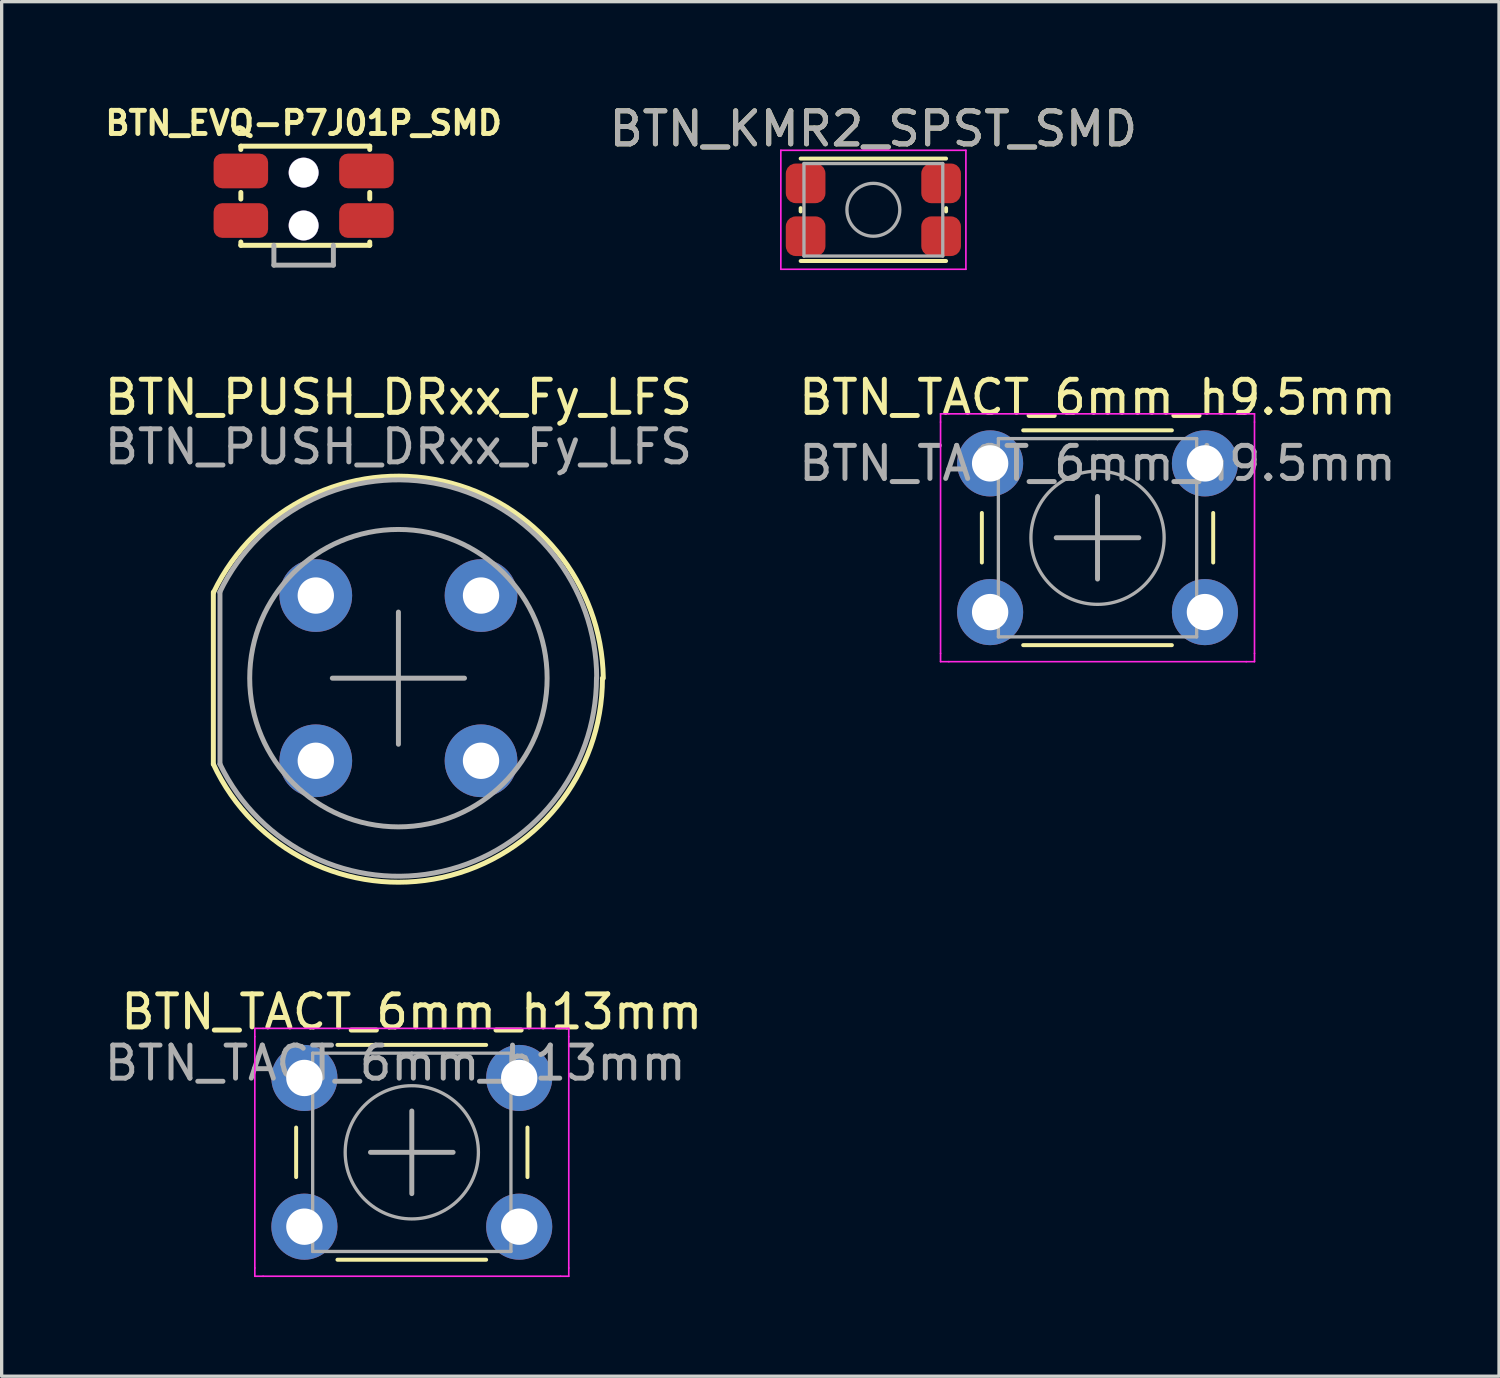
<source format=kicad_pcb>
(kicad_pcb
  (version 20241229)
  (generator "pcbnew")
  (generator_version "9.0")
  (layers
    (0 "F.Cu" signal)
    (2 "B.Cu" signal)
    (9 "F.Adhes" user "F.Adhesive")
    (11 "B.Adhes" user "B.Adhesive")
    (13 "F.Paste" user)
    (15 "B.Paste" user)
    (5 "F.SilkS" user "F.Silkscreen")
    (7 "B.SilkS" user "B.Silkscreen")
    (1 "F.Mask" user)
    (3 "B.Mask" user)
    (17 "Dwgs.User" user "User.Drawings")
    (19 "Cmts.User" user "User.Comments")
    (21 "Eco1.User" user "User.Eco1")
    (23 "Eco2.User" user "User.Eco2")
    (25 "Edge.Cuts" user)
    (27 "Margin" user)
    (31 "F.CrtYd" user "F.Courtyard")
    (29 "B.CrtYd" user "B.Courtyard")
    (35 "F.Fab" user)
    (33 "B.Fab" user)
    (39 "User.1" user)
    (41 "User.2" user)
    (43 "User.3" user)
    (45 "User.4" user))
  (footprint "BTN_PUSH_DRxx_Fy_LFS"
    (layer "F.Cu")
    (at 9.006 17.471)
    (property "Reference" "BTN_PUSH_DRxx_Fy_LFS" (at 0 -8.5 0) (layer "F.SilkS") (effects (font (size 1 1) (thickness 0.15))))
    (attr through_hole)
    (fp_line (start -5.6 2.6) (end -5.6 -2.6) (stroke (width 0.15) (type solid)) (layer "F.SilkS"))
    (fp_arc (start -5.592233 -2.599023) (mid 1.332475 -5.966417) (end 6.2 0) (stroke (width 0.15) (type solid)) (layer "F.SilkS"))
    (fp_arc (start 6.17414 0) (mid 1.331319 6.028897) (end -5.6 2.6) (stroke (width 0.15) (type solid)) (layer "F.SilkS"))
    (fp_line (start -5.4 2.6) (end -5.4 -2.6) (stroke (width 0.15) (type solid)) (layer "F.Fab"))
    (fp_line (start -2 0) (end 2 0) (stroke (width 0.15) (type solid)) (layer "F.Fab"))
    (fp_line (start 0 -2) (end 0 2) (stroke (width 0.15) (type solid)) (layer "F.Fab"))
    (fp_arc (start -5.406462 -2.601955) (mid 1.334397 -5.849734) (end 6 0) (stroke (width 0.15) (type solid)) (layer "F.Fab"))
    (fp_arc (start 5.99333 -0.001041) (mid 1.333928 5.842999) (end -5.4 2.6) (stroke (width 0.15) (type solid)) (layer "F.Fab"))
    (fp_circle (center 0 0) (end 4.5 0) (stroke (width 0.15) (type solid)) (fill no) (layer "F.Fab"))
    (fp_text user "${REFERENCE}" (at 0 -7 0) (layer "F.Fab") (effects (font (size 1 1) (thickness 0.15))))
    (pad "1" thru_hole circle (at -2.5 -2.5) (size 2.2 2.2) (drill 1.1) (layers "*.Cu" "*.Mask"))
    (pad "1" thru_hole circle (at 2.5 -2.5) (size 2.2 2.2) (drill 1.1) (layers "*.Cu" "*.Mask"))
    (pad "2" thru_hole circle (at -2.5 2.5) (size 2.2 2.2) (drill 1.1) (layers "*.Cu" "*.Mask"))
    (pad "2" thru_hole circle (at 2.5 2.5) (size 2.2 2.2) (drill 1.1) (layers "*.Cu" "*.Mask")))
  (footprint "BTN_EVQ-P7J01P_SMD"
    (layer "F.Cu")
    (at 6.138 2.873)
    (property "Reference" "BTN_EVQ-P7J01P_SMD" (at 0 -2.2 0) (layer "F.SilkS") (effects (font (size 0.7 0.7) (thickness 0.15))))
    (attr smd)
    (fp_line (start -1.9 -1.5) (end -1.9 -1.4) (stroke (width 0.15) (type solid)) (layer "F.SilkS"))
    (fp_line (start -1.9 -1.5) (end 2 -1.5) (stroke (width 0.15) (type solid)) (layer "F.SilkS"))
    (fp_line (start -1.9 0.1) (end -1.9 -0.1) (stroke (width 0.15) (type solid)) (layer "F.SilkS"))
    (fp_line (start -1.9 1.5) (end -1.9 1.4) (stroke (width 0.15) (type solid)) (layer "F.SilkS"))
    (fp_line (start 2 -1.5) (end 2 -1.4) (stroke (width 0.15) (type solid)) (layer "F.SilkS"))
    (fp_line (start 2 -0.1) (end 2 0.1) (stroke (width 0.15) (type solid)) (layer "F.SilkS"))
    (fp_line (start 2 1.4) (end 2 1.5) (stroke (width 0.15) (type solid)) (layer "F.SilkS"))
    (fp_line (start 2 1.5) (end -1.9 1.5) (stroke (width 0.15) (type solid)) (layer "F.SilkS"))
    (fp_line (start -0.9 2.1) (end -0.9 1.5) (stroke (width 0.15) (type solid)) (layer "F.Fab"))
    (fp_line (start 0.9 2.1) (end -0.9 2.1) (stroke (width 0.15) (type solid)) (layer "F.Fab"))
    (fp_line (start 0.9 2.1) (end 0.9 1.5) (stroke (width 0.15) (type solid)) (layer "F.Fab"))
    (pad "" np_thru_hole circle (at 0 -0.7) (size 0.91 0.91) (drill 0.9) (layers "*.Cu" "*.Mask"))
    (pad "" np_thru_hole circle (at 0 0.9) (size 0.91 0.91) (drill 0.9) (layers "*.Cu" "*.Mask"))
    (pad "1" smd roundrect (at -1.9 -0.75) (size 1.65 1.05) (layers "F.Cu" "F.Mask" "F.Paste") (roundrect_rratio 0.25))
    (pad "1" smd roundrect (at 1.9 -0.75) (size 1.65 1.05) (layers "F.Cu" "F.Mask" "F.Paste") (roundrect_rratio 0.25))
    (pad "2" smd roundrect (at -1.9 0.75) (size 1.65 1.05) (layers "F.Cu" "F.Mask" "F.Paste") (roundrect_rratio 0.25))
    (pad "2" smd roundrect (at 1.9 0.75) (size 1.65 1.05) (layers "F.Cu" "F.Mask" "F.Paste") (roundrect_rratio 0.25)))
  (footprint "BTN_TACT_6mm_h9.5mm"
    (layer "F.Cu")
    (at 26.911 10.972)
    (property "Reference" "BTN_TACT_6mm_h9.5mm" (at 3.25 -2 0) (layer "F.SilkS") (effects (font (size 1 1) (thickness 0.15))))
    (attr through_hole)
    (fp_line (start -0.25 1.5) (end -0.25 3) (stroke (width 0.12) (type solid)) (layer "F.SilkS"))
    (fp_line (start 1 5.5) (end 5.5 5.5) (stroke (width 0.12) (type solid)) (layer "F.SilkS"))
    (fp_line (start 5.5 -1) (end 1 -1) (stroke (width 0.12) (type solid)) (layer "F.SilkS"))
    (fp_line (start 6.75 3) (end 6.75 1.5) (stroke (width 0.12) (type solid)) (layer "F.SilkS"))
    (fp_line (start -1.5 -1.5) (end -1.25 -1.5) (stroke (width 0.05) (type solid)) (layer "F.CrtYd"))
    (fp_line (start -1.5 -1.25) (end -1.5 -1.5) (stroke (width 0.05) (type solid)) (layer "F.CrtYd"))
    (fp_line (start -1.5 5.75) (end -1.5 -1.25) (stroke (width 0.05) (type solid)) (layer "F.CrtYd"))
    (fp_line (start -1.5 5.75) (end -1.5 6) (stroke (width 0.05) (type solid)) (layer "F.CrtYd"))
    (fp_line (start -1.5 6) (end -1.25 6) (stroke (width 0.05) (type solid)) (layer "F.CrtYd"))
    (fp_line (start -1.25 -1.5) (end 7.75 -1.5) (stroke (width 0.05) (type solid)) (layer "F.CrtYd"))
    (fp_line (start 7.75 -1.5) (end 8 -1.5) (stroke (width 0.05) (type solid)) (layer "F.CrtYd"))
    (fp_line (start 7.75 6) (end -1.25 6) (stroke (width 0.05) (type solid)) (layer "F.CrtYd"))
    (fp_line (start 7.75 6) (end 8 6) (stroke (width 0.05) (type solid)) (layer "F.CrtYd"))
    (fp_line (start 8 -1.5) (end 8 -1.25) (stroke (width 0.05) (type solid)) (layer "F.CrtYd"))
    (fp_line (start 8 -1.25) (end 8 5.75) (stroke (width 0.05) (type solid)) (layer "F.CrtYd"))
    (fp_line (start 8 6) (end 8 5.75) (stroke (width 0.05) (type solid)) (layer "F.CrtYd"))
    (fp_line (start 0.25 -0.75) (end 3.25 -0.75) (stroke (width 0.1) (type solid)) (layer "F.Fab"))
    (fp_line (start 0.25 5.25) (end 0.25 -0.75) (stroke (width 0.1) (type solid)) (layer "F.Fab"))
    (fp_line (start 2 2.25) (end 4.5 2.25) (stroke (width 0.15) (type solid)) (layer "F.Fab"))
    (fp_line (start 3.25 -0.75) (end 6.25 -0.75) (stroke (width 0.1) (type solid)) (layer "F.Fab"))
    (fp_line (start 3.25 1) (end 3.25 3.5) (stroke (width 0.15) (type solid)) (layer "F.Fab"))
    (fp_line (start 6.25 -0.75) (end 6.25 5.25) (stroke (width 0.1) (type solid)) (layer "F.Fab"))
    (fp_line (start 6.25 5.25) (end 0.25 5.25) (stroke (width 0.1) (type solid)) (layer "F.Fab"))
    (fp_circle (center 3.25 2.25) (end 1.25 2.5) (stroke (width 0.1) (type solid)) (fill no) (layer "F.Fab"))
    (fp_text user "${REFERENCE}" (at 3.25 0 0) (layer "F.Fab") (effects (font (size 1 1) (thickness 0.15))))
    (pad "1" thru_hole circle (at 0 0 90) (size 2 2) (drill 1.1) (layers "*.Cu" "*.Mask"))
    (pad "1" thru_hole circle (at 6.5 0 90) (size 2 2) (drill 1.1) (layers "*.Cu" "*.Mask"))
    (pad "2" thru_hole circle (at 0 4.5 90) (size 2 2) (drill 1.1) (layers "*.Cu" "*.Mask"))
    (pad "2" thru_hole circle (at 6.5 4.5 90) (size 2 2) (drill 1.1) (layers "*.Cu" "*.Mask")))
  (footprint "BTN_TACT_6mm_h13mm"
    (layer "F.Cu")
    (at 6.161 29.569)
    (property "Reference" "BTN_TACT_6mm_h13mm" (at 3.25 -2 0) (layer "F.SilkS") (effects (font (size 1 1) (thickness 0.15))))
    (attr through_hole)
    (fp_line (start -0.25 1.5) (end -0.25 3) (stroke (width 0.12) (type solid)) (layer "F.SilkS"))
    (fp_line (start 1 5.5) (end 5.5 5.5) (stroke (width 0.12) (type solid)) (layer "F.SilkS"))
    (fp_line (start 5.5 -1) (end 1 -1) (stroke (width 0.12) (type solid)) (layer "F.SilkS"))
    (fp_line (start 6.75 3) (end 6.75 1.5) (stroke (width 0.12) (type solid)) (layer "F.SilkS"))
    (fp_line (start -1.5 -1.5) (end -1.25 -1.5) (stroke (width 0.05) (type solid)) (layer "F.CrtYd"))
    (fp_line (start -1.5 -1.25) (end -1.5 -1.5) (stroke (width 0.05) (type solid)) (layer "F.CrtYd"))
    (fp_line (start -1.5 5.75) (end -1.5 -1.25) (stroke (width 0.05) (type solid)) (layer "F.CrtYd"))
    (fp_line (start -1.5 5.75) (end -1.5 6) (stroke (width 0.05) (type solid)) (layer "F.CrtYd"))
    (fp_line (start -1.5 6) (end -1.25 6) (stroke (width 0.05) (type solid)) (layer "F.CrtYd"))
    (fp_line (start -1.25 -1.5) (end 7.75 -1.5) (stroke (width 0.05) (type solid)) (layer "F.CrtYd"))
    (fp_line (start 7.75 -1.5) (end 8 -1.5) (stroke (width 0.05) (type solid)) (layer "F.CrtYd"))
    (fp_line (start 7.75 6) (end -1.25 6) (stroke (width 0.05) (type solid)) (layer "F.CrtYd"))
    (fp_line (start 7.75 6) (end 8 6) (stroke (width 0.05) (type solid)) (layer "F.CrtYd"))
    (fp_line (start 8 -1.5) (end 8 -1.25) (stroke (width 0.05) (type solid)) (layer "F.CrtYd"))
    (fp_line (start 8 -1.25) (end 8 5.75) (stroke (width 0.05) (type solid)) (layer "F.CrtYd"))
    (fp_line (start 8 6) (end 8 5.75) (stroke (width 0.05) (type solid)) (layer "F.CrtYd"))
    (fp_line (start 0.25 -0.75) (end 3.25 -0.75) (stroke (width 0.1) (type solid)) (layer "F.Fab"))
    (fp_line (start 0.25 5.25) (end 0.25 -0.75) (stroke (width 0.1) (type solid)) (layer "F.Fab"))
    (fp_line (start 2 2.25) (end 4.5 2.25) (stroke (width 0.15) (type solid)) (layer "F.Fab"))
    (fp_line (start 3.25 -0.75) (end 6.25 -0.75) (stroke (width 0.1) (type solid)) (layer "F.Fab"))
    (fp_line (start 3.25 1) (end 3.25 3.5) (stroke (width 0.15) (type solid)) (layer "F.Fab"))
    (fp_line (start 6.25 -0.75) (end 6.25 5.25) (stroke (width 0.1) (type solid)) (layer "F.Fab"))
    (fp_line (start 6.25 5.25) (end 0.25 5.25) (stroke (width 0.1) (type solid)) (layer "F.Fab"))
    (fp_circle (center 3.25 2.25) (end 1.25 2.5) (stroke (width 0.1) (type solid)) (fill no) (layer "F.Fab"))
    (fp_text user "${REFERENCE}" (at 2.75 -0.45 0) (layer "F.Fab") (effects (font (size 1 1) (thickness 0.15))))
    (pad "1" thru_hole circle (at 0 0 90) (size 2 2) (drill 1.1) (layers "*.Cu" "*.Mask"))
    (pad "1" thru_hole circle (at 6.5 0 90) (size 2 2) (drill 1.1) (layers "*.Cu" "*.Mask"))
    (pad "2" thru_hole circle (at 0 4.5 90) (size 2 2) (drill 1.1) (layers "*.Cu" "*.Mask"))
    (pad "2" thru_hole circle (at 6.5 4.5 90) (size 2 2) (drill 1.1) (layers "*.Cu" "*.Mask")))
  (footprint "BTN_KMR2_SPST_SMD"
    (layer "F.Cu")
    (at 23.378 3.298)
    (property "Reference" "BTN_KMR2_SPST_SMD" (at 0 -2.45 0) (layer "F.SilkS") (effects (font (size 1 1) (thickness 0.15))))
    (attr smd)
    (fp_line (start -2.2 0.05) (end -2.2 -0.05) (stroke (width 0.12) (type solid)) (layer "F.SilkS"))
    (fp_line (start -2.2 1.55) (end 2.2 1.55) (stroke (width 0.12) (type solid)) (layer "F.SilkS"))
    (fp_line (start 2.2 -1.55) (end -2.2 -1.55) (stroke (width 0.12) (type solid)) (layer "F.SilkS"))
    (fp_line (start 2.2 0.05) (end 2.2 -0.05) (stroke (width 0.12) (type solid)) (layer "F.SilkS"))
    (fp_line (start -2.8 -1.8) (end 2.8 -1.8) (stroke (width 0.05) (type solid)) (layer "F.CrtYd"))
    (fp_line (start -2.8 1.8) (end -2.8 -1.8) (stroke (width 0.05) (type solid)) (layer "F.CrtYd"))
    (fp_line (start 2.8 -1.8) (end 2.8 1.8) (stroke (width 0.05) (type solid)) (layer "F.CrtYd"))
    (fp_line (start 2.8 1.8) (end -2.8 1.8) (stroke (width 0.05) (type solid)) (layer "F.CrtYd"))
    (fp_line (start -2.1 -1.4) (end 2.1 -1.4) (stroke (width 0.1) (type solid)) (layer "F.Fab"))
    (fp_line (start -2.1 1.4) (end -2.1 -1.4) (stroke (width 0.1) (type solid)) (layer "F.Fab"))
    (fp_line (start 2.1 -1.4) (end 2.1 1.4) (stroke (width 0.1) (type solid)) (layer "F.Fab"))
    (fp_line (start 2.1 1.4) (end -2.1 1.4) (stroke (width 0.1) (type solid)) (layer "F.Fab"))
    (fp_circle (center 0 0) (end 0 0.8) (stroke (width 0.1) (type solid)) (fill no) (layer "F.Fab"))
    (fp_text user "${REFERENCE}" (at 0 -2.45 0) (layer "F.Fab") (effects (font (size 1 1) (thickness 0.15))))
    (pad "1" smd roundrect (at -2.05 -0.8 90) (size 1.2 1.2) (layers "F.Cu" "F.Mask" "F.Paste") (roundrect_rratio 0.25))
    (pad "1" smd roundrect (at 2.05 -0.8 90) (size 1.2 1.2) (layers "F.Cu" "F.Mask" "F.Paste") (roundrect_rratio 0.25))
    (pad "2" smd roundrect (at -2.05 0.8 90) (size 1.2 1.2) (layers "F.Cu" "F.Mask" "F.Paste") (roundrect_rratio 0.25))
    (pad "2" smd roundrect (at 2.05 0.8 90) (size 1.2 1.2) (layers "F.Cu" "F.Mask" "F.Paste") (roundrect_rratio 0.25)))
  (gr_rect
    (start -3 -3)
    (end 42.31 38.594)
    (stroke (width 0.1) (type default))
    (fill no)
    (layer "Edge.Cuts")))
</source>
